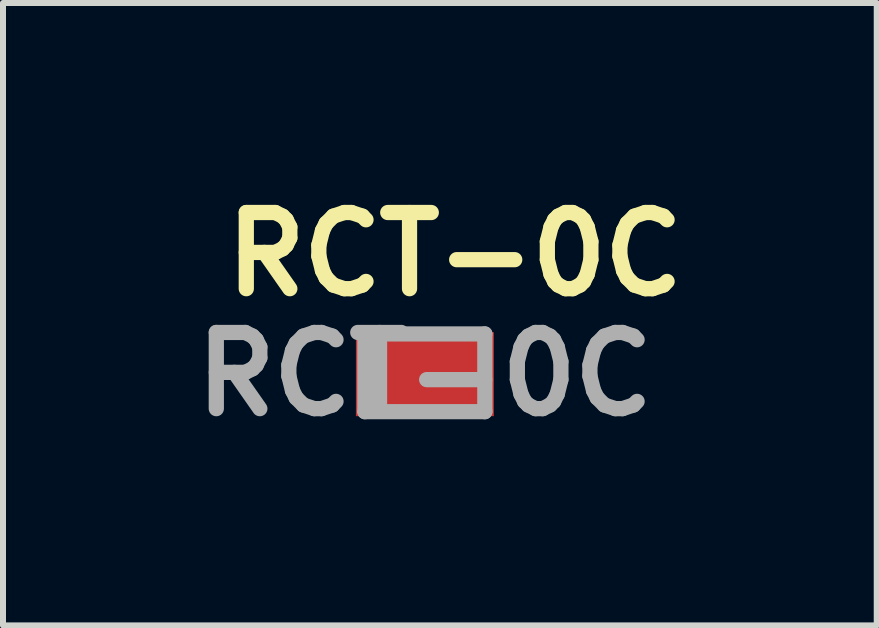
<source format=kicad_pcb>
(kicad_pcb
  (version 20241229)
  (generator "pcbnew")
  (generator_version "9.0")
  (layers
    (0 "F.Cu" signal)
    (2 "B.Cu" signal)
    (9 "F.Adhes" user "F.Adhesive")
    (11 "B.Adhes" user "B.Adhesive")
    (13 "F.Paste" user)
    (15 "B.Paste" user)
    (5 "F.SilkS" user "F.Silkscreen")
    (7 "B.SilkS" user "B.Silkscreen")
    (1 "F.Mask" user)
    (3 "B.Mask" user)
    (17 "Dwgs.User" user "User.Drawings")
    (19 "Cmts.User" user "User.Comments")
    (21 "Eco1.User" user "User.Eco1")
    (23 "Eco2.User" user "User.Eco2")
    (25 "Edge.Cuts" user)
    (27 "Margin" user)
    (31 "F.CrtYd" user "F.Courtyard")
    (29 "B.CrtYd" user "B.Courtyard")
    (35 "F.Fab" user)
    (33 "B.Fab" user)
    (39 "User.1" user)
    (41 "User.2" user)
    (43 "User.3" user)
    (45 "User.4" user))
  (footprint "RCT-0C"
    (layer "F.Cu")
    (at 4.034 3.189)
    (property "Reference" "RCT-0C" (at 0.5 -2 0) (layer "F.SilkS") (effects (font (size 1.27 1.27) (thickness 0.254))))
    (attr smd)
    (fp_line (start -1 -0.671) (end 1 -0.671) (stroke (width 0.254) (type solid)) (layer "F.Fab"))
    (fp_line (start -1 0.625) (end -1 -0.671) (stroke (width 0.254) (type solid)) (layer "F.Fab"))
    (fp_line (start 1 -0.671) (end 1 0.625) (stroke (width 0.254) (type solid)) (layer "F.Fab"))
    (fp_line (start 1 0.625) (end -1 0.625) (stroke (width 0.254) (type solid)) (layer "F.Fab"))
    (fp_text user "${REFERENCE}" (at 0 0 0) (layer "F.Fab") (effects (font (size 1.27 1.27) (thickness 0.254))))
    (pad "1" smd rect (at 0 0 90) (size 1.4 2.3) (layers "F.Cu" "F.Mask" "F.Paste")))
  (gr_rect
    (start -3 -3)
    (end 11.568 7.377)
    (stroke (width 0.1) (type default))
    (fill no)
    (layer "Edge.Cuts")))
</source>
